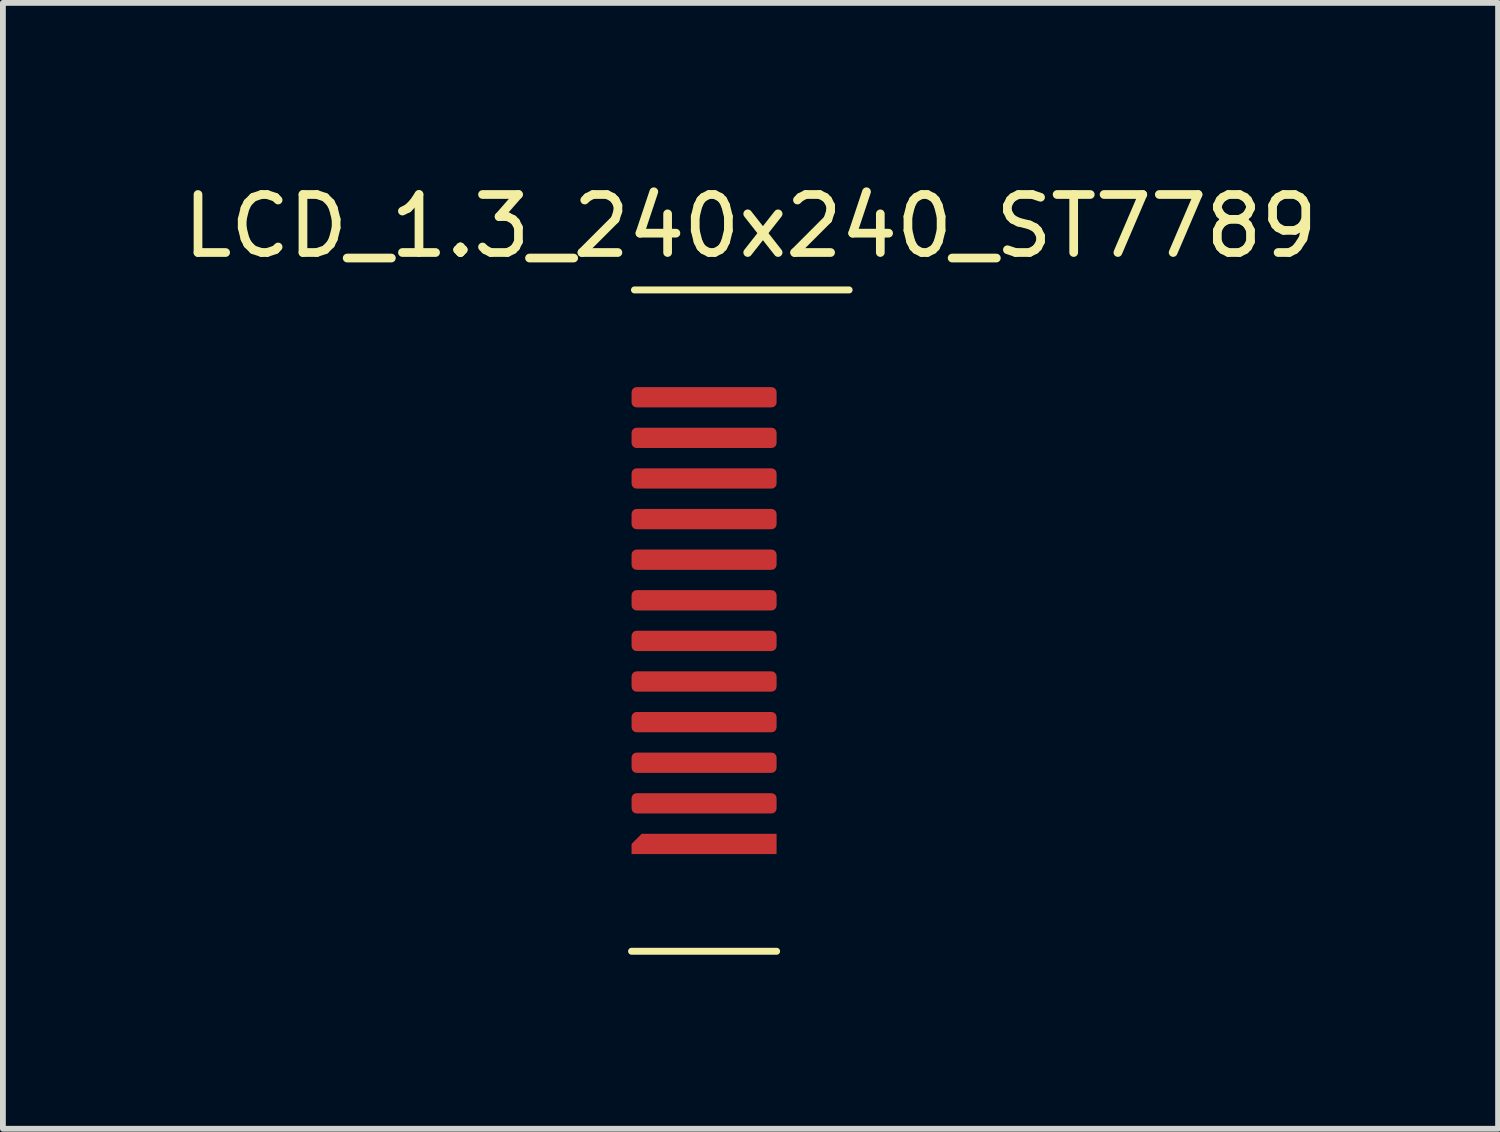
<source format=kicad_pcb>
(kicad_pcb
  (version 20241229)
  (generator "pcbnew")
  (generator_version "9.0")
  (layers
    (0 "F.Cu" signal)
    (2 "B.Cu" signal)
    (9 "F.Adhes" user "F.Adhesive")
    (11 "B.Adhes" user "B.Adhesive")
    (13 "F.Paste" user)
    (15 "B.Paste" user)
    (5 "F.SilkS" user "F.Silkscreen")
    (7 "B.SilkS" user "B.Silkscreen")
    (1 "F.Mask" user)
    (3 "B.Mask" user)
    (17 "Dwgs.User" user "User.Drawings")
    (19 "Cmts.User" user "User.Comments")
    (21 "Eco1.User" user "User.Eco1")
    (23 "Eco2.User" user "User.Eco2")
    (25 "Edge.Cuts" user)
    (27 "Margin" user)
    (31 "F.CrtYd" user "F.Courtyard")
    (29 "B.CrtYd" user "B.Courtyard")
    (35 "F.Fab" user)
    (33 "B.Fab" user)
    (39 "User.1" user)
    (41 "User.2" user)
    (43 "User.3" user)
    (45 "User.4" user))
  (footprint "LCD_1.3_240x240_ST7789"
    (layer "F.Cu")
    (at 9.087 11.498)
    (property "Reference" "LCD_1.3_240x240_ST7789" (at 0.8 -10.65 0) (unlocked yes) (layer "F.SilkS") (effects (font (size 1 1) (thickness 0.15))))
    (attr smd)
    (fp_line (start -1.25 1.85) (end 1.25 1.85) (stroke (width 0.12) (type solid)) (layer "F.SilkS"))
    (fp_line (start -1.2 -9.55) (end 2.5 -9.55) (stroke (width 0.12) (type solid)) (layer "F.SilkS"))
    (pad "1" smd roundrect (at 0 0) (size 2.5 0.35) (layers "F.Cu" "F.Mask" "F.Paste") (roundrect_rratio 0) (chamfer_ratio 0.5) (chamfer top_left))
    (pad "2" smd roundrect (at 0 -0.7) (size 2.5 0.35) (layers "F.Cu" "F.Mask" "F.Paste") (roundrect_rratio 0.25))
    (pad "3" smd roundrect (at 0 -1.4) (size 2.5 0.35) (layers "F.Cu" "F.Mask" "F.Paste") (roundrect_rratio 0.25))
    (pad "4" smd roundrect (at 0 -2.1) (size 2.5 0.35) (layers "F.Cu" "F.Mask" "F.Paste") (roundrect_rratio 0.25))
    (pad "5" smd roundrect (at 0 -2.8) (size 2.5 0.35) (layers "F.Cu" "F.Mask" "F.Paste") (roundrect_rratio 0.25))
    (pad "6" smd roundrect (at 0 -3.5) (size 2.5 0.35) (layers "F.Cu" "F.Mask" "F.Paste") (roundrect_rratio 0.25))
    (pad "7" smd roundrect (at 0 -4.2) (size 2.5 0.35) (layers "F.Cu" "F.Mask" "F.Paste") (roundrect_rratio 0.25))
    (pad "8" smd roundrect (at 0 -4.9) (size 2.5 0.35) (layers "F.Cu" "F.Mask" "F.Paste") (roundrect_rratio 0.25))
    (pad "9" smd roundrect (at 0 -5.6) (size 2.5 0.35) (layers "F.Cu" "F.Mask" "F.Paste") (roundrect_rratio 0.25))
    (pad "10" smd roundrect (at 0 -6.3) (size 2.5 0.35) (layers "F.Cu" "F.Mask" "F.Paste") (roundrect_rratio 0.25))
    (pad "11" smd roundrect (at 0 -7) (size 2.5 0.35) (layers "F.Cu" "F.Mask" "F.Paste") (roundrect_rratio 0.25))
    (pad "12" smd roundrect (at 0 -7.7) (size 2.5 0.35) (layers "F.Cu" "F.Mask" "F.Paste") (roundrect_rratio 0.25)))
  (gr_rect
    (start -3 -3)
    (end 22.774 16.408)
    (stroke (width 0.1) (type default))
    (fill no)
    (layer "Edge.Cuts")))
</source>
